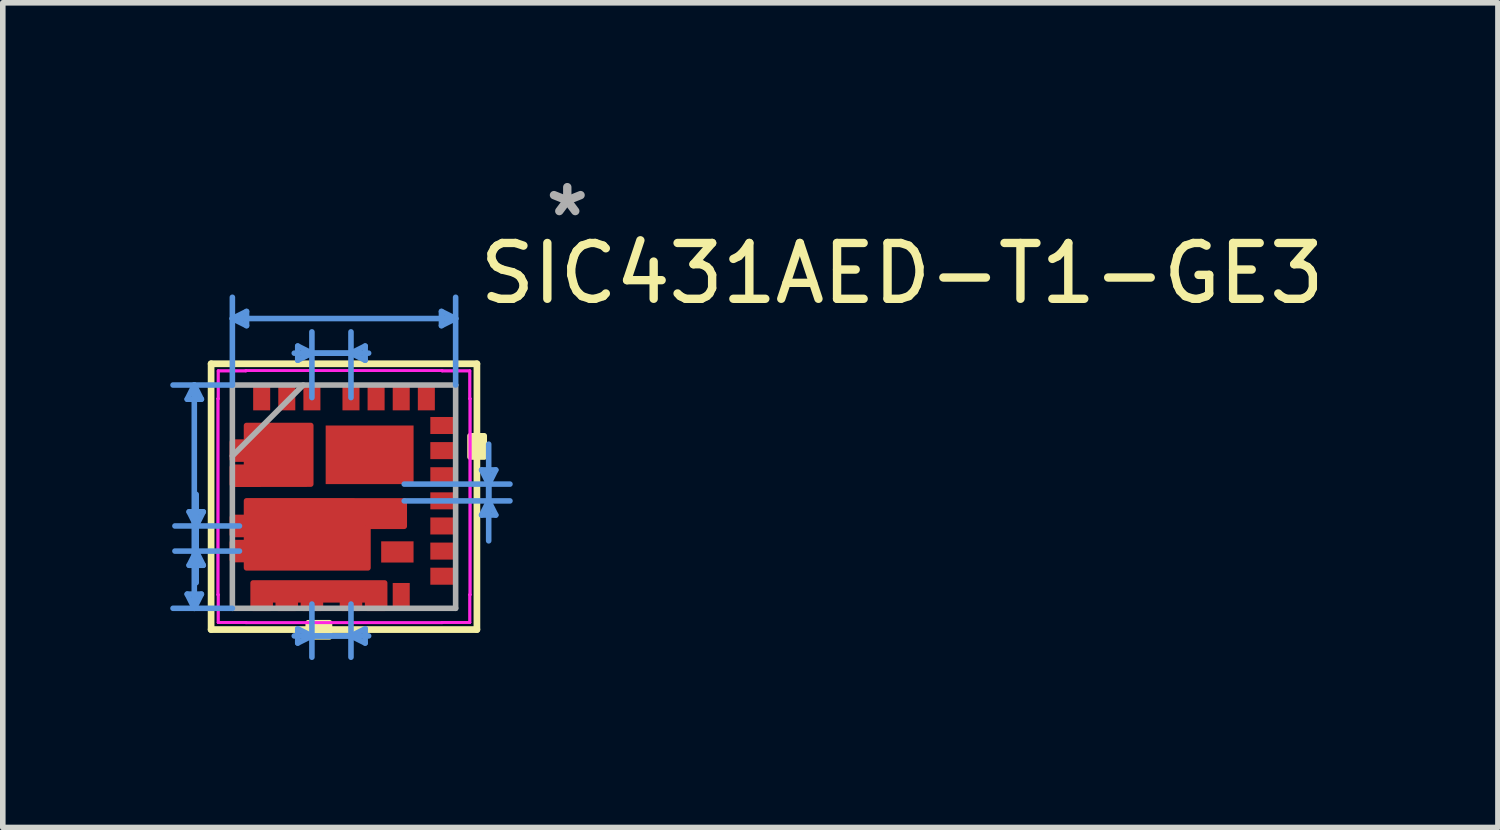
<source format=kicad_pcb>
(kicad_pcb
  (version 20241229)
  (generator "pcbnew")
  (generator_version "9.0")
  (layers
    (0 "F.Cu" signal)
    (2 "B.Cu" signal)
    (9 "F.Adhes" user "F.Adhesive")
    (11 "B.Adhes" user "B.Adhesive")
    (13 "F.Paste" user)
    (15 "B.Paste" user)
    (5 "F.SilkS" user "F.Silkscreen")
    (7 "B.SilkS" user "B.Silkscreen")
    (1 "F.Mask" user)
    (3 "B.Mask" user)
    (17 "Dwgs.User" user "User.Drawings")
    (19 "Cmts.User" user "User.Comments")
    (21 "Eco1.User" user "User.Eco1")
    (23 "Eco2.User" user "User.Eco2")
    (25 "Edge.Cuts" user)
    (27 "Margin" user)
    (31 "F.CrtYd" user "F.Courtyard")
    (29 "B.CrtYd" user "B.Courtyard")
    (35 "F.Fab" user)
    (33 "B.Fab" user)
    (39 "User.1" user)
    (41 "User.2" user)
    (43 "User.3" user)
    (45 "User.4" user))
  (footprint "SIC431AED-T1-GE3"
    (layer "F.Cu")
    (at 3.113 5.848)
    (property "Reference" "SIC431AED-T1-GE3" (at 10 -4 0) (layer "F.SilkS") (effects (font (size 1 1) (thickness 0.15))))
    (attr through_hole)
    (fp_poly (pts (xy -2 -0.977) (xy -1.746 -0.977) (xy -1.746 -1.275) (xy -0.596 -1.275) (xy -0.596 -0.225) (xy -2 -0.223) (xy -2 -0.527) (xy -1.746 -0.527) (xy -1.746 -0.673) (xy -2 -0.673)) (stroke (width 0.1) (type solid)) (fill yes) (layer "F.Cu"))
    (fp_poly (pts (xy -1.746 1.275) (xy -1.746 1.127) (xy -2 1.127) (xy -2 0.823) (xy -1.746 0.823) (xy -1.746 0.677) (xy -2 0.677) (xy -2 0.373) (xy -1.746 0.373) (xy -1.746 0.075) (xy 1.079 0.076) (xy 1.079 0.53) (xy 0.429 0.53) (xy 0.429 1.275)) (stroke (width 0.1) (type solid)) (fill yes) (layer "F.Cu"))
    (fp_poly (pts (xy -1.628 2) (xy -1.628 1.546) (xy 0.728 1.546) (xy 0.728 2) (xy 0.423 2) (xy 0.423 1.848) (xy 0.277 1.848) (xy 0.277 2) (xy -0.027 2) (xy -0.027 1.848) (xy -0.423 1.848) (xy -0.423 2) (xy -0.727 2) (xy -0.727 1.848) (xy -0.873 1.848) (xy -0.873 2) (xy -1.178 2) (xy -1.178 1.848) (xy -1.323 1.848) (xy -1.323 2)) (stroke (width 0.1) (type solid)) (fill yes) (layer "F.Cu"))
    (fp_poly (pts (xy -2 -0.977) (xy -1.746 -0.977) (xy -1.746 -1.275) (xy -0.596 -1.275) (xy -0.596 -0.225) (xy -2 -0.223) (xy -2 -0.527) (xy -1.746 -0.527) (xy -1.746 -0.673) (xy -2 -0.673)) (stroke (width 0.1) (type solid)) (fill yes) (layer "F.Mask"))
    (fp_poly (pts (xy -1.746 1.275) (xy -1.746 1.127) (xy -2 1.127) (xy -2 0.823) (xy -1.746 0.823) (xy -1.746 0.677) (xy -2 0.677) (xy -2 0.373) (xy -1.746 0.373) (xy -1.746 0.075) (xy 1.079 0.076) (xy 1.079 0.53) (xy 0.429 0.53) (xy 0.429 1.275)) (stroke (width 0.1) (type solid)) (fill yes) (layer "F.Mask"))
    (fp_poly (pts (xy -1.628 1.546) (xy 0.728 1.546) (xy 0.728 2) (xy 0.423 2) (xy 0.423 1.848) (xy 0.277 1.848) (xy 0.277 2) (xy -0.027 2) (xy -0.027 1.848) (xy -0.423 1.848) (xy -0.423 2) (xy -0.727 2) (xy -0.727 1.848) (xy -0.873 1.848) (xy -0.873 2) (xy -1.178 2) (xy -1.178 1.848) (xy -1.323 1.848) (xy -1.323 2) (xy -1.628 2)) (stroke (width 0.1) (type solid)) (fill yes) (layer "F.Mask"))
    (fp_line (start -2.381 -2.381) (end -2.381 2.381) (stroke (width 0.12) (type solid)) (layer "F.SilkS"))
    (fp_line (start -2.381 2.381) (end 2.381 2.381) (stroke (width 0.12) (type solid)) (layer "F.SilkS"))
    (fp_line (start 2.381 -2.381) (end -2.381 -2.381) (stroke (width 0.12) (type solid)) (layer "F.SilkS"))
    (fp_line (start 2.381 2.381) (end 2.381 -2.381) (stroke (width 0.12) (type solid)) (layer "F.SilkS"))
    (fp_poly (pts (xy -0.641 2.258) (xy -0.641 2.512) (xy -0.26 2.512) (xy -0.26 2.258)) (stroke (width 0.1) (type solid)) (fill yes) (layer "F.SilkS"))
    (fp_poly (pts (xy 2.512 -1.091) (xy 2.512 -0.71) (xy 2.258 -0.71) (xy 2.258 -1.091)) (stroke (width 0.1) (type solid)) (fill yes) (layer "F.SilkS"))
    (fp_poly (pts (xy -2 -0.977) (xy -1.746 -0.977) (xy -1.746 -1.275) (xy -0.596 -1.275) (xy -0.596 -0.225) (xy -2 -0.223) (xy -2 -0.527) (xy -1.746 -0.527) (xy -1.746 -0.673) (xy -2 -0.673)) (stroke (width 0.1) (type solid)) (fill yes) (layer "F.Paste"))
    (fp_poly (pts (xy -1.746 0.075) (xy 1.079 0.076) (xy 1.079 0.53) (xy 0.429 0.53) (xy 0.429 1.275) (xy -1.746 1.275) (xy -1.746 1.127) (xy -2 1.127) (xy -2 0.823) (xy -1.746 0.823) (xy -1.746 0.677) (xy -2 0.677) (xy -2 0.373) (xy -1.746 0.373)) (stroke (width 0.1) (type solid)) (fill yes) (layer "F.Paste"))
    (fp_poly (pts (xy -0.727 2) (xy -0.727 1.848) (xy -0.873 1.848) (xy -0.873 2) (xy -1.178 2) (xy -1.178 1.848) (xy -1.323 1.848) (xy -1.323 2) (xy -1.628 2) (xy -1.628 1.546) (xy 0.728 1.546) (xy 0.728 2) (xy 0.423 2) (xy 0.423 1.848) (xy 0.277 1.848) (xy 0.277 2) (xy -0.027 2) (xy -0.027 1.848) (xy -0.423 1.848) (xy -0.423 2)) (stroke (width 0.1) (type solid)) (fill yes) (layer "F.Paste"))
    (fp_line (start -2.809 1.746) (end -2.682 2) (stroke (width 0.1) (type solid)) (layer "Cmts.User"))
    (fp_line (start -2.809 -1.746) (end -2.682 -2) (stroke (width 0.1) (type solid)) (layer "Cmts.User"))
    (fp_line (start -2.809 -1.746) (end -2.555 -1.746) (stroke (width 0.1) (type solid)) (layer "Cmts.User"))
    (fp_line (start -2.775 0.271) (end -2.648 0.525) (stroke (width 0.1) (type solid)) (layer "Cmts.User"))
    (fp_line (start -2.775 1.229) (end -2.648 0.975) (stroke (width 0.1) (type solid)) (layer "Cmts.User"))
    (fp_line (start -2.775 1.229) (end -2.521 1.229) (stroke (width 0.1) (type solid)) (layer "Cmts.User"))
    (fp_line (start -2.682 -2) (end -2.682 2) (stroke (width 0.1) (type solid)) (layer "Cmts.User"))
    (fp_line (start -2.648 -0.041) (end -2.648 0.975) (stroke (width 0.1) (type solid)) (layer "Cmts.User"))
    (fp_line (start -2.648 1.541) (end -2.648 0.525) (stroke (width 0.1) (type solid)) (layer "Cmts.User"))
    (fp_line (start -2.555 1.746) (end -2.809 1.746) (stroke (width 0.1) (type solid)) (layer "Cmts.User"))
    (fp_line (start -2.555 1.746) (end -2.682 2) (stroke (width 0.1) (type solid)) (layer "Cmts.User"))
    (fp_line (start -2.555 -1.746) (end -2.682 -2) (stroke (width 0.1) (type solid)) (layer "Cmts.User"))
    (fp_line (start -2.521 0.271) (end -2.775 0.271) (stroke (width 0.1) (type solid)) (layer "Cmts.User"))
    (fp_line (start -2.521 0.271) (end -2.648 0.525) (stroke (width 0.1) (type solid)) (layer "Cmts.User"))
    (fp_line (start -2.521 1.229) (end -2.648 0.975) (stroke (width 0.1) (type solid)) (layer "Cmts.User"))
    (fp_line (start -2 -3.191) (end 2 -3.191) (stroke (width 0.1) (type solid)) (layer "Cmts.User"))
    (fp_line (start -2 -2) (end -3.063 -2) (stroke (width 0.1) (type solid)) (layer "Cmts.User"))
    (fp_line (start -2 -2) (end -2 -3.572) (stroke (width 0.1) (type solid)) (layer "Cmts.User"))
    (fp_line (start -2 2) (end -3.063 2) (stroke (width 0.1) (type solid)) (layer "Cmts.User"))
    (fp_line (start -1.873 0.525) (end -3.029 0.525) (stroke (width 0.1) (type solid)) (layer "Cmts.User"))
    (fp_line (start -1.873 0.975) (end -3.029 0.975) (stroke (width 0.1) (type solid)) (layer "Cmts.User"))
    (fp_line (start -1.746 -3.064) (end -2 -3.191) (stroke (width 0.1) (type solid)) (layer "Cmts.User"))
    (fp_line (start -1.746 -3.064) (end -1.746 -3.318) (stroke (width 0.1) (type solid)) (layer "Cmts.User"))
    (fp_line (start -1.746 -3.318) (end -2 -3.191) (stroke (width 0.1) (type solid)) (layer "Cmts.User"))
    (fp_line (start -0.891 -2.571) (end 0.125 -2.571) (stroke (width 0.1) (type solid)) (layer "Cmts.User"))
    (fp_line (start -0.891 2.495) (end 0.125 2.495) (stroke (width 0.1) (type solid)) (layer "Cmts.User"))
    (fp_line (start -0.829 -2.444) (end -0.575 -2.571) (stroke (width 0.1) (type solid)) (layer "Cmts.User"))
    (fp_line (start -0.829 -2.698) (end -0.829 -2.444) (stroke (width 0.1) (type solid)) (layer "Cmts.User"))
    (fp_line (start -0.829 -2.698) (end -0.575 -2.571) (stroke (width 0.1) (type solid)) (layer "Cmts.User"))
    (fp_line (start -0.829 2.622) (end -0.575 2.495) (stroke (width 0.1) (type solid)) (layer "Cmts.User"))
    (fp_line (start -0.829 2.368) (end -0.829 2.622) (stroke (width 0.1) (type solid)) (layer "Cmts.User"))
    (fp_line (start -0.829 2.368) (end -0.575 2.495) (stroke (width 0.1) (type solid)) (layer "Cmts.User"))
    (fp_line (start -0.575 -1.775) (end -0.575 -2.952) (stroke (width 0.1) (type solid)) (layer "Cmts.User"))
    (fp_line (start -0.575 1.924) (end -0.575 2.876) (stroke (width 0.1) (type solid)) (layer "Cmts.User"))
    (fp_line (start 0.125 -1.775) (end 0.125 -2.952) (stroke (width 0.1) (type solid)) (layer "Cmts.User"))
    (fp_line (start 0.125 1.924) (end 0.125 2.876) (stroke (width 0.1) (type solid)) (layer "Cmts.User"))
    (fp_line (start 0.379 -2.444) (end 0.125 -2.571) (stroke (width 0.1) (type solid)) (layer "Cmts.User"))
    (fp_line (start 0.379 -2.444) (end 0.379 -2.698) (stroke (width 0.1) (type solid)) (layer "Cmts.User"))
    (fp_line (start 0.379 -2.698) (end 0.125 -2.571) (stroke (width 0.1) (type solid)) (layer "Cmts.User"))
    (fp_line (start 0.379 2.622) (end 0.125 2.495) (stroke (width 0.1) (type solid)) (layer "Cmts.User"))
    (fp_line (start 0.379 2.622) (end 0.379 2.368) (stroke (width 0.1) (type solid)) (layer "Cmts.User"))
    (fp_line (start 0.379 2.368) (end 0.125 2.495) (stroke (width 0.1) (type solid)) (layer "Cmts.User"))
    (fp_line (start 0.441 -2.571) (end -0.575 -2.571) (stroke (width 0.1) (type solid)) (layer "Cmts.User"))
    (fp_line (start 0.441 2.495) (end -0.575 2.495) (stroke (width 0.1) (type solid)) (layer "Cmts.User"))
    (fp_line (start 1.079 -0.225) (end 2.973 -0.225) (stroke (width 0.1) (type solid)) (layer "Cmts.User"))
    (fp_line (start 1.079 0.076) (end 2.973 0.076) (stroke (width 0.1) (type solid)) (layer "Cmts.User"))
    (fp_line (start 1.746 -3.318) (end 1.746 -3.064) (stroke (width 0.1) (type solid)) (layer "Cmts.User"))
    (fp_line (start 1.746 -3.318) (end 2 -3.191) (stroke (width 0.1) (type solid)) (layer "Cmts.User"))
    (fp_line (start 1.746 -3.064) (end 2 -3.191) (stroke (width 0.1) (type solid)) (layer "Cmts.User"))
    (fp_line (start 2 -2) (end 2 -3.572) (stroke (width 0.1) (type solid)) (layer "Cmts.User"))
    (fp_line (start 2.465 -0.479) (end 2.592 -0.225) (stroke (width 0.1) (type solid)) (layer "Cmts.User"))
    (fp_line (start 2.465 0.329) (end 2.592 0.076) (stroke (width 0.1) (type solid)) (layer "Cmts.User"))
    (fp_line (start 2.465 0.329) (end 2.719 0.329) (stroke (width 0.1) (type solid)) (layer "Cmts.User"))
    (fp_line (start 2.592 0.791) (end 2.592 -0.225) (stroke (width 0.1) (type solid)) (layer "Cmts.User"))
    (fp_line (start 2.592 -0.94) (end 2.592 0.076) (stroke (width 0.1) (type solid)) (layer "Cmts.User"))
    (fp_line (start 2.719 -0.479) (end 2.465 -0.479) (stroke (width 0.1) (type solid)) (layer "Cmts.User"))
    (fp_line (start 2.719 -0.479) (end 2.592 -0.225) (stroke (width 0.1) (type solid)) (layer "Cmts.User"))
    (fp_line (start 2.719 0.329) (end 2.592 0.076) (stroke (width 0.1) (type solid)) (layer "Cmts.User"))
    (fp_line (start -2.258 -1.756) (end -2.254 -1.756) (stroke (width 0.05) (type solid)) (layer "F.CrtYd"))
    (fp_line (start -2.258 -1.756) (end -2.254 -1.756) (stroke (width 0.05) (type solid)) (layer "F.CrtYd"))
    (fp_line (start -2.258 1.756) (end -2.258 -1.756) (stroke (width 0.05) (type solid)) (layer "F.CrtYd"))
    (fp_line (start -2.258 1.756) (end -2.258 -1.756) (stroke (width 0.05) (type solid)) (layer "F.CrtYd"))
    (fp_line (start -2.254 -2.254) (end -1.757 -2.254) (stroke (width 0.05) (type solid)) (layer "F.CrtYd"))
    (fp_line (start -2.254 -2.254) (end -1.757 -2.254) (stroke (width 0.05) (type solid)) (layer "F.CrtYd"))
    (fp_line (start -2.254 -1.756) (end -2.254 -2.254) (stroke (width 0.05) (type solid)) (layer "F.CrtYd"))
    (fp_line (start -2.254 -1.756) (end -2.254 -2.254) (stroke (width 0.05) (type solid)) (layer "F.CrtYd"))
    (fp_line (start -2.254 1.756) (end -2.258 1.756) (stroke (width 0.05) (type solid)) (layer "F.CrtYd"))
    (fp_line (start -2.254 1.756) (end -2.258 1.756) (stroke (width 0.05) (type solid)) (layer "F.CrtYd"))
    (fp_line (start -2.254 2.254) (end -2.254 1.756) (stroke (width 0.05) (type solid)) (layer "F.CrtYd"))
    (fp_line (start -2.254 2.254) (end -2.254 1.756) (stroke (width 0.05) (type solid)) (layer "F.CrtYd"))
    (fp_line (start -1.757 -2.258) (end 1.757 -2.258) (stroke (width 0.05) (type solid)) (layer "F.CrtYd"))
    (fp_line (start -1.757 -2.258) (end 1.757 -2.258) (stroke (width 0.05) (type solid)) (layer "F.CrtYd"))
    (fp_line (start -1.757 -2.254) (end -1.757 -2.258) (stroke (width 0.05) (type solid)) (layer "F.CrtYd"))
    (fp_line (start -1.757 -2.254) (end -1.757 -2.258) (stroke (width 0.05) (type solid)) (layer "F.CrtYd"))
    (fp_line (start -1.757 2.254) (end -2.254 2.254) (stroke (width 0.05) (type solid)) (layer "F.CrtYd"))
    (fp_line (start -1.757 2.254) (end -2.254 2.254) (stroke (width 0.05) (type solid)) (layer "F.CrtYd"))
    (fp_line (start -1.757 2.258) (end -1.757 2.254) (stroke (width 0.05) (type solid)) (layer "F.CrtYd"))
    (fp_line (start -1.757 2.258) (end -1.757 2.254) (stroke (width 0.05) (type solid)) (layer "F.CrtYd"))
    (fp_line (start 1.757 -2.258) (end 1.757 -2.254) (stroke (width 0.05) (type solid)) (layer "F.CrtYd"))
    (fp_line (start 1.757 -2.258) (end 1.757 -2.254) (stroke (width 0.05) (type solid)) (layer "F.CrtYd"))
    (fp_line (start 1.757 -2.254) (end 2.254 -2.254) (stroke (width 0.05) (type solid)) (layer "F.CrtYd"))
    (fp_line (start 1.757 -2.254) (end 2.254 -2.254) (stroke (width 0.05) (type solid)) (layer "F.CrtYd"))
    (fp_line (start 1.757 2.254) (end 1.757 2.258) (stroke (width 0.05) (type solid)) (layer "F.CrtYd"))
    (fp_line (start 1.757 2.254) (end 1.757 2.258) (stroke (width 0.05) (type solid)) (layer "F.CrtYd"))
    (fp_line (start 1.757 2.258) (end -1.757 2.258) (stroke (width 0.05) (type solid)) (layer "F.CrtYd"))
    (fp_line (start 1.757 2.258) (end -1.757 2.258) (stroke (width 0.05) (type solid)) (layer "F.CrtYd"))
    (fp_line (start 2.254 -2.254) (end 2.254 -1.756) (stroke (width 0.05) (type solid)) (layer "F.CrtYd"))
    (fp_line (start 2.254 -2.254) (end 2.254 -1.756) (stroke (width 0.05) (type solid)) (layer "F.CrtYd"))
    (fp_line (start 2.254 -1.756) (end 2.258 -1.756) (stroke (width 0.05) (type solid)) (layer "F.CrtYd"))
    (fp_line (start 2.254 -1.756) (end 2.258 -1.756) (stroke (width 0.05) (type solid)) (layer "F.CrtYd"))
    (fp_line (start 2.254 1.756) (end 2.254 2.254) (stroke (width 0.05) (type solid)) (layer "F.CrtYd"))
    (fp_line (start 2.254 1.756) (end 2.254 2.254) (stroke (width 0.05) (type solid)) (layer "F.CrtYd"))
    (fp_line (start 2.254 2.254) (end 1.757 2.254) (stroke (width 0.05) (type solid)) (layer "F.CrtYd"))
    (fp_line (start 2.254 2.254) (end 1.757 2.254) (stroke (width 0.05) (type solid)) (layer "F.CrtYd"))
    (fp_line (start 2.258 -1.756) (end 2.258 1.756) (stroke (width 0.05) (type solid)) (layer "F.CrtYd"))
    (fp_line (start 2.258 -1.756) (end 2.258 1.756) (stroke (width 0.05) (type solid)) (layer "F.CrtYd"))
    (fp_line (start 2.258 1.756) (end 2.254 1.756) (stroke (width 0.05) (type solid)) (layer "F.CrtYd"))
    (fp_line (start 2.258 1.756) (end 2.254 1.756) (stroke (width 0.05) (type solid)) (layer "F.CrtYd"))
    (fp_line (start -2 -2) (end -2 2) (stroke (width 0.1) (type solid)) (layer "F.Fab"))
    (fp_line (start -2 -0.73) (end -0.73 -2) (stroke (width 0.1) (type solid)) (layer "F.Fab"))
    (fp_line (start -2 2) (end 2 2) (stroke (width 0.1) (type solid)) (layer "F.Fab"))
    (fp_line (start 2 -2) (end -2 -2) (stroke (width 0.1) (type solid)) (layer "F.Fab"))
    (fp_line (start 2 2) (end 2 -2) (stroke (width 0.1) (type solid)) (layer "F.Fab"))
    (fp_text user "*" (at 4 -5 0) (layer "F.Fab") (effects (font (size 1 1) (thickness 0.15))))
    (pad "1" smd rect (at -1.873 -0.825 90) (size 0.305 0.254) (layers "F.Cu" "F.Mask" "F.Paste"))
    (pad "2" smd rect (at -1.873 -0.375 90) (size 0.305 0.254) (layers "F.Cu" "F.Mask" "F.Paste"))
    (pad "3" smd rect (at -1.873 0.525 90) (size 0.305 0.254) (layers "F.Cu" "F.Mask" "F.Paste"))
    (pad "4" smd rect (at -1.873 0.975 90) (size 0.305 0.254) (layers "F.Cu" "F.Mask" "F.Paste"))
    (pad "5" smd rect (at -1.475 1.924) (size 0.305 0.152) (layers "F.Cu" "F.Mask" "F.Paste"))
    (pad "6" smd rect (at -1.025 1.924) (size 0.305 0.152) (layers "F.Cu" "F.Mask" "F.Paste"))
    (pad "7" smd rect (at -0.575 1.924) (size 0.305 0.152) (layers "F.Cu" "F.Mask" "F.Paste"))
    (pad "8" smd rect (at 0.125 1.924) (size 0.305 0.152) (layers "F.Cu" "F.Mask" "F.Paste"))
    (pad "9" smd rect (at 0.575 1.924) (size 0.305 0.152) (layers "F.Cu" "F.Mask" "F.Paste"))
    (pad "10" smd rect (at 1.025 1.775) (size 0.305 0.457) (layers "F.Cu" "F.Mask" "F.Paste"))
    (pad "11" smd rect (at 1.775 1.425 90) (size 0.305 0.457) (layers "F.Cu" "F.Mask" "F.Paste"))
    (pad "12" smd rect (at 1.775 0.975 90) (size 0.305 0.457) (layers "F.Cu" "F.Mask" "F.Paste"))
    (pad "13" smd rect (at 1.775 0.525 90) (size 0.305 0.457) (layers "F.Cu" "F.Mask" "F.Paste"))
    (pad "14" smd rect (at 1.775 0.075 90) (size 0.305 0.457) (layers "F.Cu" "F.Mask" "F.Paste"))
    (pad "15" smd rect (at 1.775 -0.375 90) (size 0.305 0.457) (layers "F.Cu" "F.Mask" "F.Paste"))
    (pad "16" smd rect (at 1.775 -0.825 90) (size 0.305 0.457) (layers "F.Cu" "F.Mask" "F.Paste"))
    (pad "17" smd rect (at 1.775 -1.275 90) (size 0.305 0.457) (layers "F.Cu" "F.Mask" "F.Paste"))
    (pad "18" smd rect (at 1.475 -1.775) (size 0.305 0.457) (layers "F.Cu" "F.Mask" "F.Paste"))
    (pad "19" smd rect (at 1.025 -1.775) (size 0.305 0.457) (layers "F.Cu" "F.Mask" "F.Paste"))
    (pad "20" smd rect (at 0.575 -1.775) (size 0.305 0.457) (layers "F.Cu" "F.Mask" "F.Paste"))
    (pad "21" smd rect (at 0.125 -1.775) (size 0.305 0.457) (layers "F.Cu" "F.Mask" "F.Paste"))
    (pad "22" smd rect (at -0.575 -1.775) (size 0.305 0.457) (layers "F.Cu" "F.Mask" "F.Paste"))
    (pad "23" smd rect (at -1.025 -1.775) (size 0.305 0.457) (layers "F.Cu" "F.Mask" "F.Paste"))
    (pad "24" smd rect (at -1.475 -1.775) (size 0.305 0.457) (layers "F.Cu" "F.Mask" "F.Paste"))
    (pad "25" smd rect (at 0.459 -0.75) (size 1.575 1.05) (layers "F.Cu" "F.Mask" "F.Paste"))
    (pad "26" smd circle (at -1.143 -0.762) (size 0.127 0.127) (layers "F.Cu" "F.Mask" "F.Paste"))
    (pad "27" smd circle (at -0.635 0.635) (size 0.127 0.127) (layers "F.Cu" "F.Mask" "F.Paste"))
    (pad "28" smd rect (at 0.956 0.99) (size 0.58 0.38) (layers "F.Cu" "F.Mask" "F.Paste")))
  (gr_rect
    (start -3 -3)
    (end 23.786 11.774)
    (stroke (width 0.1) (type default))
    (fill no)
    (layer "Edge.Cuts")))
</source>
